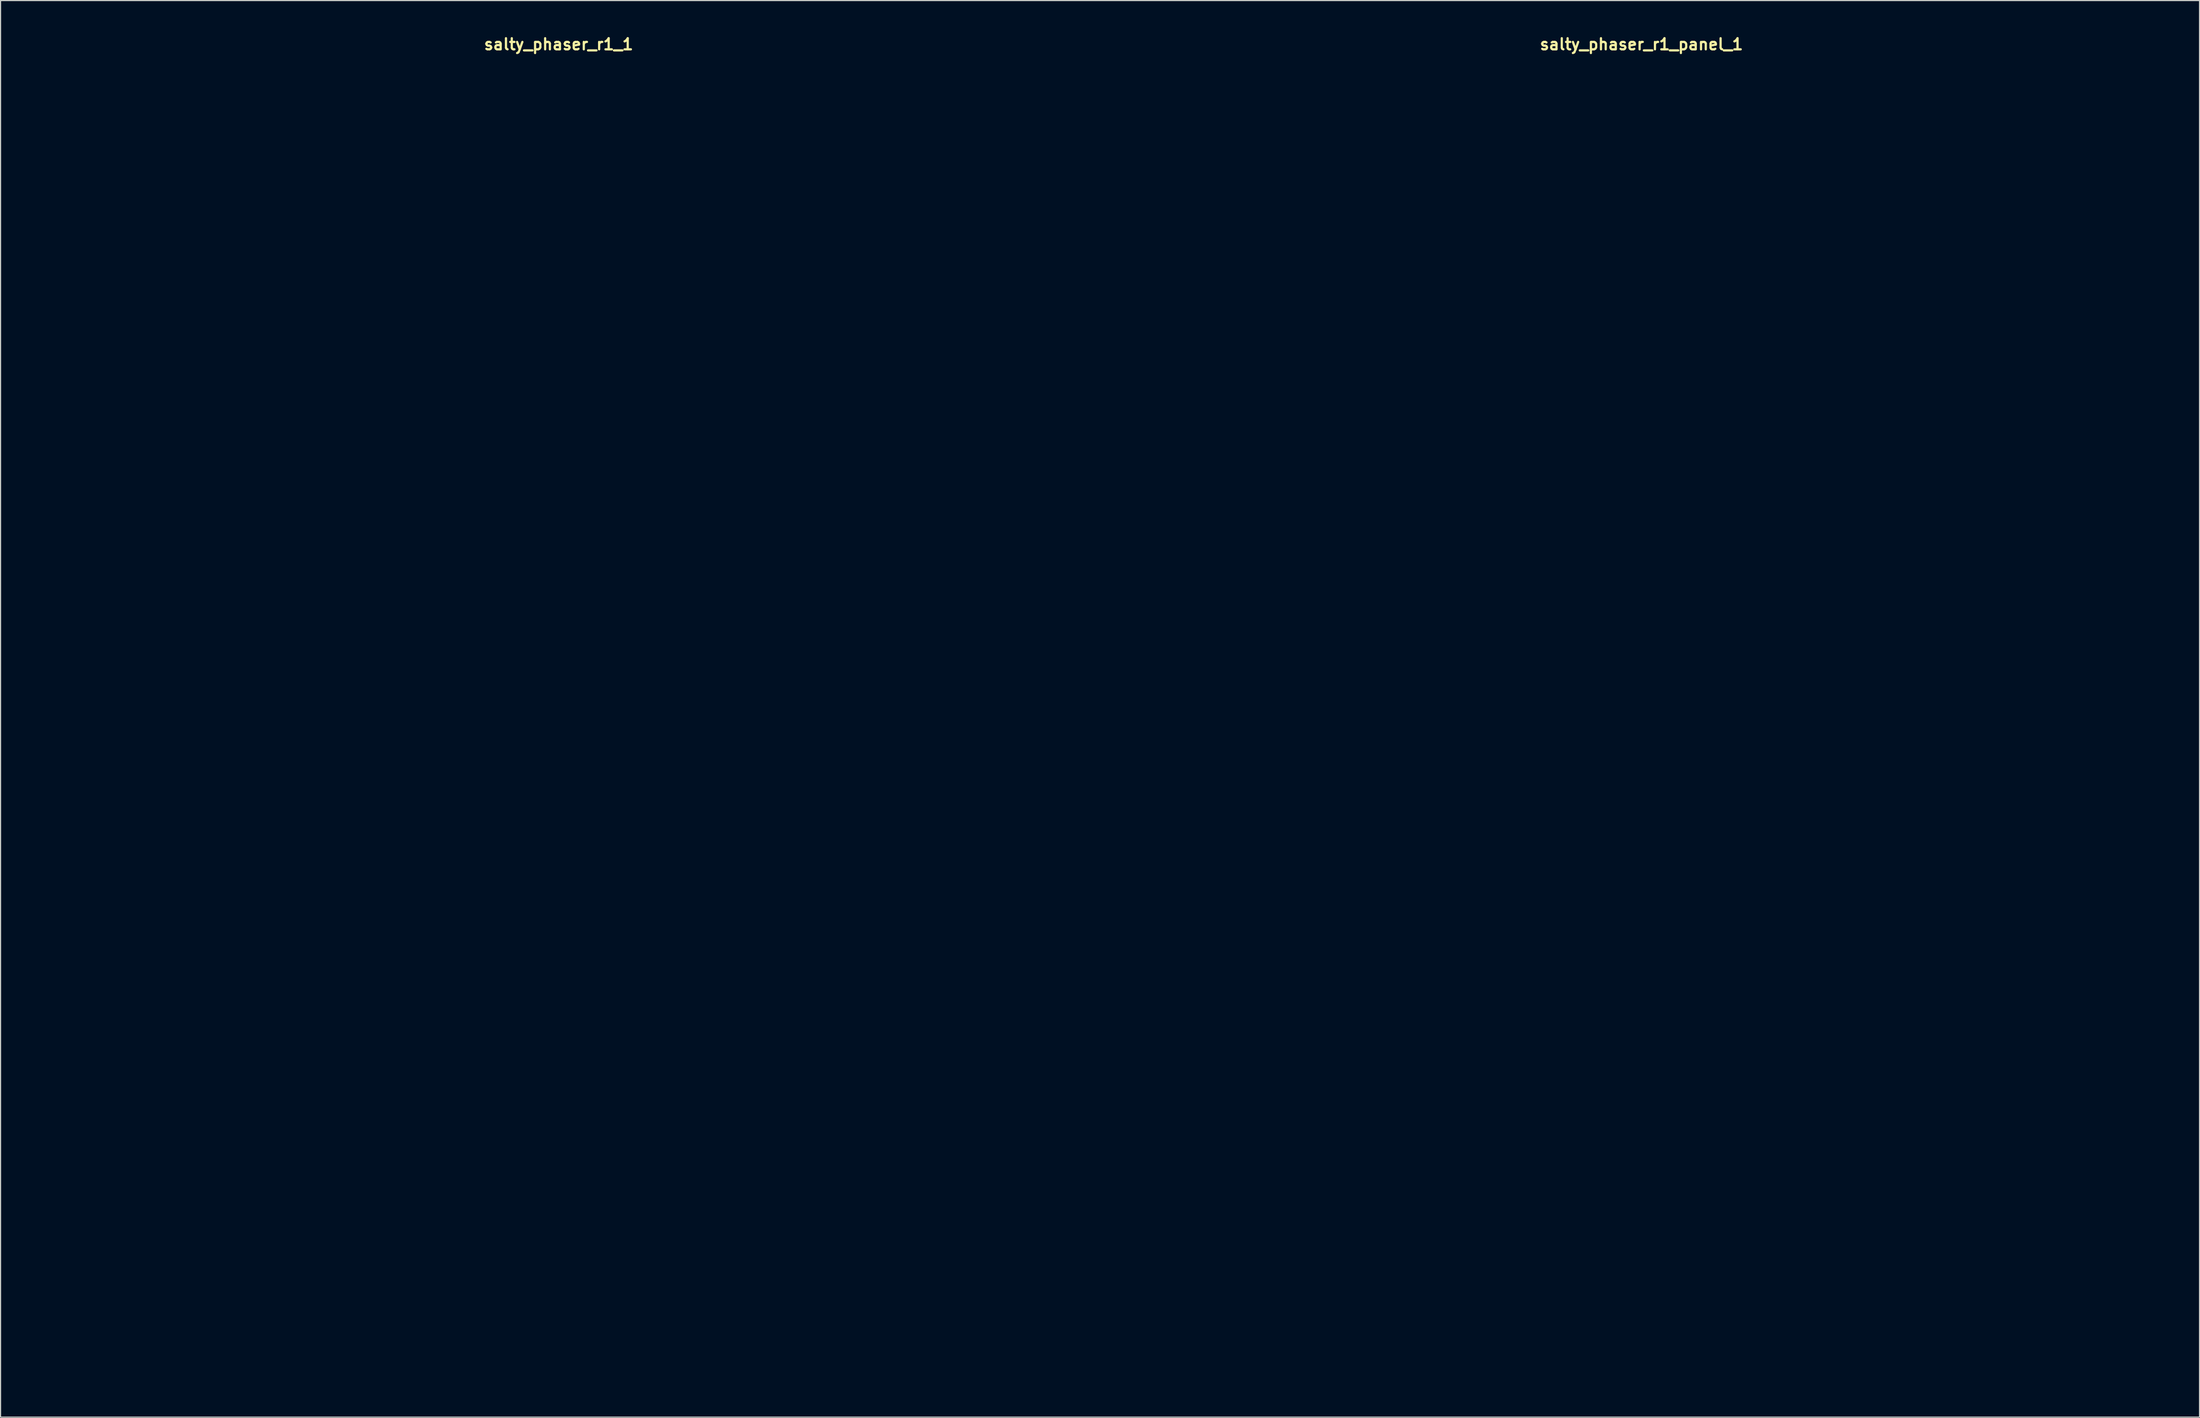
<source format=kicad_pcb>
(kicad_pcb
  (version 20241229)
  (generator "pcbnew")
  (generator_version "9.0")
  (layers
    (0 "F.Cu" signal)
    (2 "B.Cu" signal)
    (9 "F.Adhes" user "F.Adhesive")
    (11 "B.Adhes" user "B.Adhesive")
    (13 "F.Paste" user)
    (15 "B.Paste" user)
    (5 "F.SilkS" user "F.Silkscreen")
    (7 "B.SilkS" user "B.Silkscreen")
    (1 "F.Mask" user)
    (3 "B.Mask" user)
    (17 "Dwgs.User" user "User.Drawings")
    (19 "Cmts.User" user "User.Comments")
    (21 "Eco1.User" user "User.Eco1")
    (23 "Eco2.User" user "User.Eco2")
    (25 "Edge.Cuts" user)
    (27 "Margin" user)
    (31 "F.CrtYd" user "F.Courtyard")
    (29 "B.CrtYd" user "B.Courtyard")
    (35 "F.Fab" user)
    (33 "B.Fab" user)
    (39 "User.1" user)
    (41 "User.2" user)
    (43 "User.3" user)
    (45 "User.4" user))
  (footprint "salty_phaser_r1_panel_1"
    (layer "F.Cu")
    (at 144.6 61.515)
    (property "Reference" "salty_phaser_r1_panel_1" (at 0 -60.579 0) (layer "F.SilkS") (effects (font (size 1 1) (thickness 0.2))))
    (attr through_hole)
    (fp_line (start -47 -59.75) (end -47 59.75) (stroke (width 0.4) (type solid)) (layer "Eco1.User"))
    (fp_line (start -47 -59.75) (end 47 -59.75) (stroke (width 0.4) (type solid)) (layer "Eco1.User"))
    (fp_line (start -47 59.75) (end 47 59.75) (stroke (width 0.4) (type solid)) (layer "Eco1.User"))
    (fp_line (start -44.75 -57.5) (end -44.75 57.5) (stroke (width 0.4) (type solid)) (layer "Eco1.User"))
    (fp_line (start -44.75 -57.5) (end 44.75 -57.5) (stroke (width 0.4) (type solid)) (layer "Eco1.User"))
    (fp_line (start -44.75 57.5) (end 44.75 57.5) (stroke (width 0.4) (type solid)) (layer "Eco1.User"))
    (fp_line (start -41.5 17.54) (end 41.5 17.54) (stroke (width 0.4) (type solid)) (layer "Eco1.User"))
    (fp_line (start 44.75 -57.5) (end 44.75 57.5) (stroke (width 0.4) (type solid)) (layer "Eco1.User"))
    (fp_line (start 47 -59.75) (end 47 59.75) (stroke (width 0.4) (type solid)) (layer "Eco1.User"))
    (fp_arc (start -44.75 -54.25) (mid -43.798097 -56.548097) (end -41.5 -57.5) (stroke (width 0.4) (type solid)) (layer "Eco1.User"))
    (fp_arc (start -41.5 17.54) (mid -43.798097 16.588097) (end -44.75 14.29) (stroke (width 0.4) (type solid)) (layer "Eco1.User"))
    (fp_arc (start 41.5 -57.5) (mid 43.798097 -56.548097) (end 44.75 -54.25) (stroke (width 0.4) (type solid)) (layer "Eco1.User"))
    (fp_arc (start 44.75 14.29) (mid 43.798097 16.588097) (end 41.5 17.54) (stroke (width 0.4) (type solid)) (layer "Eco1.User"))
    (fp_circle (center -33.02 -31.55) (end -29.42 -31.55) (stroke (width 0.4) (type solid)) (fill no) (layer "Eco1.User"))
    (fp_circle (center -33.02 -31.55) (end -23.52 -31.55) (stroke (width 0.4) (type solid)) (fill no) (layer "Eco1.User"))
    (fp_circle (center -29.21 -52.07) (end -27.71 -52.07) (stroke (width 0.4) (type solid)) (fill no) (layer "Eco1.User"))
    (fp_circle (center -29.21 -52.07) (end -25.71 -52.07) (stroke (width 0.4) (type solid)) (fill no) (layer "Eco1.User"))
    (fp_circle (center -19.05 10.36) (end -17.55 10.36) (stroke (width 0.4) (type solid)) (fill no) (layer "Eco1.User"))
    (fp_circle (center -19.05 10.36) (end -15.55 10.36) (stroke (width 0.4) (type solid)) (fill no) (layer "Eco1.User"))
    (fp_circle (center -16.51 -10.16) (end -13.51 -10.16) (stroke (width 0.4) (type solid)) (fill no) (layer "Eco1.User"))
    (fp_circle (center -16.51 -10.16) (end -12.51 -10.16) (stroke (width 0.4) (type solid)) (fill no) (layer "Eco1.User"))
    (fp_circle (center -8.89 -52.07) (end -7.39 -52.07) (stroke (width 0.4) (type solid)) (fill no) (layer "Eco1.User"))
    (fp_circle (center -8.89 -52.07) (end -5.39 -52.07) (stroke (width 0.4) (type solid)) (fill no) (layer "Eco1.User"))
    (fp_circle (center 0 -31.55) (end 3.6 -31.55) (stroke (width 0.4) (type solid)) (fill no) (layer "Eco1.User"))
    (fp_circle (center 0 -31.55) (end 9.5 -31.55) (stroke (width 0.4) (type solid)) (fill no) (layer "Eco1.User"))
    (fp_circle (center 0 30.48) (end 2.65 30.48) (stroke (width 0.4) (type solid)) (fill no) (layer "Eco1.User"))
    (fp_circle (center 0 45.72) (end 6.5 45.72) (stroke (width 0.4) (type solid)) (fill no) (layer "Eco1.User"))
    (fp_circle (center 0 45.72) (end 9.75 45.72) (stroke (width 0.4) (type solid)) (fill no) (layer "Eco1.User"))
    (fp_circle (center 8.89 -52.07) (end 10.39 -52.07) (stroke (width 0.4) (type solid)) (fill no) (layer "Eco1.User"))
    (fp_circle (center 8.89 -52.07) (end 12.39 -52.07) (stroke (width 0.4) (type solid)) (fill no) (layer "Eco1.User"))
    (fp_circle (center 19.05 10.36) (end 20.55 10.36) (stroke (width 0.4) (type solid)) (fill no) (layer "Eco1.User"))
    (fp_circle (center 19.05 10.36) (end 22.55 10.36) (stroke (width 0.4) (type solid)) (fill no) (layer "Eco1.User"))
    (fp_circle (center 29.21 -52.07) (end 30.71 -52.07) (stroke (width 0.4) (type solid)) (fill no) (layer "Eco1.User"))
    (fp_circle (center 29.21 -52.07) (end 32.71 -52.07) (stroke (width 0.4) (type solid)) (fill no) (layer "Eco1.User"))
    (fp_circle (center 33.02 -31.55) (end 36.62 -31.55) (stroke (width 0.4) (type solid)) (fill no) (layer "Eco1.User"))
    (fp_circle (center 33.02 -31.55) (end 42.52 -31.55) (stroke (width 0.4) (type solid)) (fill no) (layer "Eco1.User")))
  (footprint "salty_phaser_r1_1"
    (layer "F.Cu")
    (at 47.2 61.515)
    (property "Reference" "salty_phaser_r1_1" (at 0 -60.579 0) (layer "F.SilkS") (effects (font (size 1 1) (thickness 0.2))))
    (attr through_hole)
    (fp_line (start -47 -59.75) (end -47 59.75) (stroke (width 0.4) (type solid)) (layer "Eco1.User"))
    (fp_line (start -47 -59.75) (end 47 -59.75) (stroke (width 0.4) (type solid)) (layer "Eco1.User"))
    (fp_line (start -47 59.75) (end 47 59.75) (stroke (width 0.4) (type solid)) (layer "Eco1.User"))
    (fp_line (start -44.75 -57.5) (end -44.75 57.5) (stroke (width 0.4) (type solid)) (layer "Eco1.User"))
    (fp_line (start -44.75 -57.5) (end 44.75 -57.5) (stroke (width 0.4) (type solid)) (layer "Eco1.User"))
    (fp_line (start -44.75 57.5) (end 44.75 57.5) (stroke (width 0.4) (type solid)) (layer "Eco1.User"))
    (fp_line (start 44.75 -57.5) (end 44.75 57.5) (stroke (width 0.4) (type solid)) (layer "Eco1.User"))
    (fp_line (start 47 -59.75) (end 47 59.75) (stroke (width 0.4) (type solid)) (layer "Eco1.User"))
    (fp_circle (center -33.02 -31.55) (end -29.32 -31.55) (stroke (width 0.4) (type solid)) (fill no) (layer "Eco1.User"))
    (fp_circle (center -33.02 -31.55) (end -23.52 -31.55) (stroke (width 0.4) (type solid)) (fill no) (layer "Eco1.User"))
    (fp_circle (center -33.02 -10.16) (end -30.37 -10.16) (stroke (width 0.4) (type solid)) (fill no) (layer "Eco1.User"))
    (fp_circle (center -33.02 10.36) (end -29.32 10.36) (stroke (width 0.4) (type solid)) (fill no) (layer "Eco1.User"))
    (fp_circle (center -33.02 10.36) (end -23.52 10.36) (stroke (width 0.4) (type solid)) (fill no) (layer "Eco1.User"))
    (fp_circle (center -29.21 -52.07) (end -27.71 -52.07) (stroke (width 0.4) (type solid)) (fill no) (layer "Eco1.User"))
    (fp_circle (center -29.21 -52.07) (end -25.71 -52.07) (stroke (width 0.4) (type solid)) (fill no) (layer "Eco1.User"))
    (fp_circle (center -19.05 10.36) (end -17.55 10.36) (stroke (width 0.4) (type solid)) (fill no) (layer "Eco1.User"))
    (fp_circle (center -19.05 10.36) (end -15.55 10.36) (stroke (width 0.4) (type solid)) (fill no) (layer "Eco1.User"))
    (fp_circle (center -16.51 -10.16) (end -13.51 -10.16) (stroke (width 0.4) (type solid)) (fill no) (layer "Eco1.User"))
    (fp_circle (center -8.89 -52.07) (end -7.39 -52.07) (stroke (width 0.4) (type solid)) (fill no) (layer "Eco1.User"))
    (fp_circle (center -8.89 -52.07) (end -5.39 -52.07) (stroke (width 0.4) (type solid)) (fill no) (layer "Eco1.User"))
    (fp_circle (center 0 -31.55) (end 3.7 -31.55) (stroke (width 0.4) (type solid)) (fill no) (layer "Eco1.User"))
    (fp_circle (center 0 -31.55) (end 9.5 -31.55) (stroke (width 0.4) (type solid)) (fill no) (layer "Eco1.User"))
    (fp_circle (center 0 -10.16) (end 2.65 -10.16) (stroke (width 0.4) (type solid)) (fill no) (layer "Eco1.User"))
    (fp_circle (center 0 10.36) (end 4.75 10.36) (stroke (width 0.4) (type solid)) (fill no) (layer "Eco1.User"))
    (fp_circle (center 0 10.36) (end 10.1 10.36) (stroke (width 0.4) (type solid)) (fill no) (layer "Eco1.User"))
    (fp_circle (center 0 30.48) (end 2.65 30.48) (stroke (width 0.4) (type solid)) (fill no) (layer "Eco1.User"))
    (fp_circle (center 0 45.72) (end 6.5 45.72) (stroke (width 0.4) (type solid)) (fill no) (layer "Eco1.User"))
    (fp_circle (center 0 45.72) (end 9.75 45.72) (stroke (width 0.4) (type solid)) (fill no) (layer "Eco1.User"))
    (fp_circle (center 8.89 -52.07) (end 10.39 -52.07) (stroke (width 0.4) (type solid)) (fill no) (layer "Eco1.User"))
    (fp_circle (center 8.89 -52.07) (end 12.39 -52.07) (stroke (width 0.4) (type solid)) (fill no) (layer "Eco1.User"))
    (fp_circle (center 16.51 -10.16) (end 19.51 -10.16) (stroke (width 0.4) (type solid)) (fill no) (layer "Eco1.User"))
    (fp_circle (center 19.05 10.36) (end 20.55 10.36) (stroke (width 0.4) (type solid)) (fill no) (layer "Eco1.User"))
    (fp_circle (center 19.05 10.36) (end 22.55 10.36) (stroke (width 0.4) (type solid)) (fill no) (layer "Eco1.User"))
    (fp_circle (center 29.21 -52.07) (end 30.71 -52.07) (stroke (width 0.4) (type solid)) (fill no) (layer "Eco1.User"))
    (fp_circle (center 29.21 -52.07) (end 32.71 -52.07) (stroke (width 0.4) (type solid)) (fill no) (layer "Eco1.User"))
    (fp_circle (center 33.02 -31.55) (end 36.72 -31.55) (stroke (width 0.4) (type solid)) (fill no) (layer "Eco1.User"))
    (fp_circle (center 33.02 -31.55) (end 42.52 -31.55) (stroke (width 0.4) (type solid)) (fill no) (layer "Eco1.User"))
    (fp_circle (center 33.02 -10.16) (end 35.67 -10.16) (stroke (width 0.4) (type solid)) (fill no) (layer "Eco1.User"))
    (fp_circle (center 33.02 10.36) (end 36.72 10.36) (stroke (width 0.4) (type solid)) (fill no) (layer "Eco1.User"))
    (fp_circle (center 33.02 10.36) (end 42.52 10.36) (stroke (width 0.4) (type solid)) (fill no) (layer "Eco1.User"))
    (fp_line (start -47 -59.75) (end -47 59.75) (stroke (width 0.4) (type solid)) (layer "Eco2.User"))
    (fp_line (start -47 -59.75) (end 47 -59.75) (stroke (width 0.4) (type solid)) (layer "Eco2.User"))
    (fp_line (start -47 59.75) (end 47 59.75) (stroke (width 0.4) (type solid)) (layer "Eco2.User"))
    (fp_line (start -5.715 -45.72) (end -4.445 -45.72) (stroke (width 0.25) (type solid)) (layer "Eco2.User"))
    (fp_line (start -5.08 -46.355) (end -5.08 -45.085) (stroke (width 0.25) (type solid)) (layer "Eco2.User"))
    (fp_line (start -3.81 -45.72) (end -1.27 -45.72) (stroke (width 0.5) (type solid)) (layer "Eco2.User"))
    (fp_line (start 0 -45.72) (end 3.81 -45.72) (stroke (width 0.5) (type solid)) (layer "Eco2.User"))
    (fp_line (start 4.445 -45.72) (end 5.715 -45.72) (stroke (width 0.25) (type solid)) (layer "Eco2.User"))
    (fp_line (start 47 -59.75) (end 47 59.75) (stroke (width 0.4) (type solid)) (layer "Eco2.User"))
    (fp_arc (start 0 -44.45) (mid -1.27 -45.72) (end 0 -46.99) (stroke (width 0.5) (type solid)) (layer "Eco2.User"))
    (fp_circle (center -5.08 -45.72) (end -3.81 -45.72) (stroke (width 0.5) (type solid)) (fill no) (layer "Eco2.User"))
    (fp_circle (center 0 -45.72) (end 0.25 -45.72) (stroke (width 0.5) (type solid)) (fill no) (layer "Eco2.User"))
    (fp_circle (center 5.08 -45.72) (end 6.35 -45.72) (stroke (width 0.5) (type solid)) (fill no) (layer "Eco2.User"))
    (fp_poly (pts (xy -19.05 -46.99) (xy -20.32 -44.45) (xy -17.78 -44.45)) (stroke (width 0.5) (type solid)) (fill no) (layer "Eco2.User"))
    (fp_poly (pts (xy 19.05 -44.45) (xy 17.78 -46.99) (xy 20.32 -46.99)) (stroke (width 0.5) (type solid)) (fill no) (layer "Eco2.User"))
    (fp_text user "VOLUME" (at -33.02 24.13 0) (unlocked yes) (layer "Eco2.User") (effects (font (size 3 3) (thickness 0.5))))
    (fp_text user "M" (at -12.065 -10.16 0) (unlocked yes) (layer "Eco2.User") (effects (font (size 2.5 2.5) (thickness 0.5)) (justify left)))
    (fp_text user "6" (at 3.69 24.13 0) (unlocked yes) (layer "Eco2.User") (effects (font (size 2.5 2.5) (thickness 0.5))))
    (fp_text user "SHIFT" (at -16.51 -3.81 0) (unlocked yes) (layer "Eco2.User") (effects (font (size 2.5 2.5) (thickness 0.5))))
    (fp_text user "10" (at -10.08 20.44 0) (unlocked yes) (layer "Eco2.User") (effects (font (size 2.5 2.5) (thickness 0.5))))
    (fp_text user "9V" (at 0 -52.07 0) (unlocked yes) (layer "Eco2.User") (effects (font (size 3 3) (thickness 0.5))))
    (fp_text user "2" (at 13.77 14.05 0) (unlocked yes) (layer "Eco2.User") (effects (font (size 2.5 2.5) (thickness 0.5))))
    (fp_text user "FEEDBACK" (at 33.02 -17.78 0) (unlocked yes) (layer "Eco2.User") (effects (font (size 3 3) (thickness 0.5))))
    (fp_text user "MIX" (at 33.02 24.13 0) (unlocked yes) (layer "Eco2.User") (effects (font (size 3 3) (thickness 0.5))))
    (fp_text user "MANUAL SHIFT" (at 0 -17.78 0) (unlocked yes) (layer "Eco2.User") (effects (font (size 3 3) (thickness 0.5))))
    (fp_text user "OUT" (at -19.05 -52.07 0) (unlocked yes) (layer "Eco2.User") (effects (font (size 3 3) (thickness 0.5))))
    (fp_text user "FEEDBACK" (at 16.51 -3.81 0) (unlocked yes) (layer "Eco2.User") (effects (font (size 2.5 2.5) (thickness 0.5))))
    (fp_text user "-ТТКРЧПДЛ-\nSALTY PHASER\nREV. 1" (at -27.305 40.64 0) (unlocked yes) (layer "Eco2.User") (effects (font (size 3 3) (thickness 0.5))))
    (fp_text user "SPEED" (at -33.02 -17.78 0) (unlocked yes) (layer "Eco2.User") (effects (font (size 3 3) (thickness 0.5))))
    (fp_text user "4" (at 10.08 20.44 0) (unlocked yes) (layer "Eco2.User") (effects (font (size 2.5 2.5) (thickness 0.5))))
    (fp_text user "8" (at -3.69 24.13 0) (unlocked yes) (layer "Eco2.User") (effects (font (size 2.5 2.5) (thickness 0.5))))
    (fp_text user "A" (at -20.955 -10.16 0) (unlocked yes) (layer "Eco2.User") (effects (font (size 2.5 2.5) (thickness 0.5)) (justify right)))
    (fp_text user "IN" (at 19.05 -52.07 0) (unlocked yes) (layer "Eco2.User") (effects (font (size 3 3) (thickness 0.5))))
    (fp_text user "OFF" (at 12.065 -10.16 0) (unlocked yes) (layer "Eco2.User") (effects (font (size 2.5 2.5) (thickness 0.5)) (justify right)))
    (fp_text user "ON" (at 20.955 -10.16 0) (unlocked yes) (layer "Eco2.User") (effects (font (size 2.5 2.5) (thickness 0.5)) (justify left)))
    (fp_text user "12" (at -13.77 14.05 0) (unlocked yes) (layer "Eco2.User") (effects (font (size 2.5 2.5) (thickness 0.5)))))
  (gr_rect
    (start -3 -3)
    (end 194.8 124.465)
    (stroke (width 0.1) (type default))
    (fill no)
    (layer "Edge.Cuts")))
</source>
